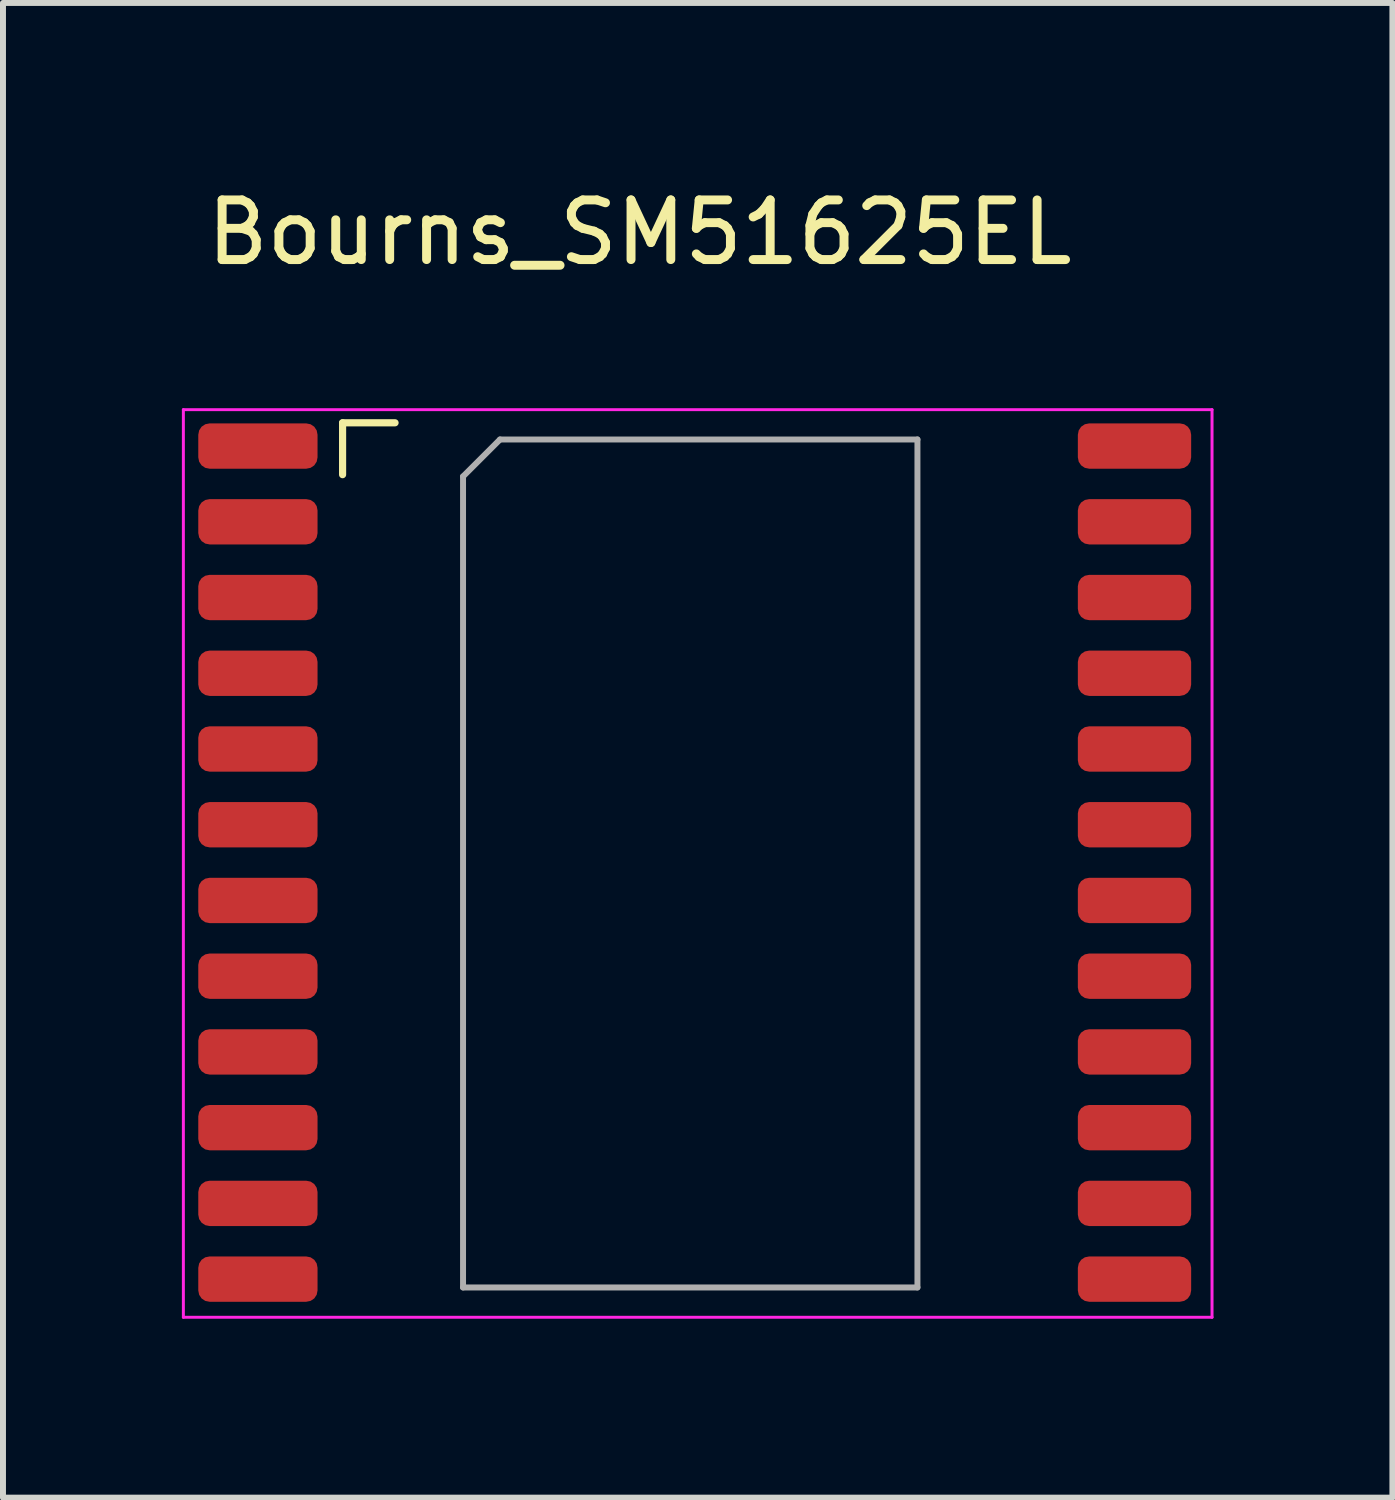
<source format=kicad_pcb>
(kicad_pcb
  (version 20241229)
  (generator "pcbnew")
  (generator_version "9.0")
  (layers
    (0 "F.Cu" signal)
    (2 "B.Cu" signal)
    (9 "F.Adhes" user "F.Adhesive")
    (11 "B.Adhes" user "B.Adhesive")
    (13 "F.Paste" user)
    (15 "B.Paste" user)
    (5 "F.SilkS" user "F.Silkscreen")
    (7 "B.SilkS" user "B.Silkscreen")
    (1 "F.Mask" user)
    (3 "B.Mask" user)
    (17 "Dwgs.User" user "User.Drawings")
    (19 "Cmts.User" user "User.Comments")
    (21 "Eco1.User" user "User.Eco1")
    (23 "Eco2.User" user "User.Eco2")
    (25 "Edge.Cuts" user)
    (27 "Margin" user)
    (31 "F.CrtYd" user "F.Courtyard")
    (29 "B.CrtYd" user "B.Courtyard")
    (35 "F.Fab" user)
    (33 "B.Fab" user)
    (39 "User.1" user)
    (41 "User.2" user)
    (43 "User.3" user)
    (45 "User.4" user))
  (footprint "Bourns_SM51625EL"
    (layer "F.Cu")
    (at 8.525 11.43)
    (property "Reference" "Bourns_SM51625EL" (at -0.85 -10.582 0) (layer "F.SilkS") (effects (font (size 1 1) (thickness 0.15))))
    (attr smd)
    (fp_line (start -5.83 -7.39) (end -5.83 -6.52) (stroke (width 0.12) (type solid)) (layer "F.SilkS"))
    (fp_line (start -4.95 -7.39) (end -5.83 -7.39) (stroke (width 0.12) (type solid)) (layer "F.SilkS"))
    (fp_line (start -8.5 7.61) (end -8.5 -7.61) (stroke (width 0.05) (type solid)) (layer "F.CrtYd"))
    (fp_line (start -8.5 7.61) (end 8.75 7.61) (stroke (width 0.05) (type solid)) (layer "F.CrtYd"))
    (fp_line (start 8.75 -7.61) (end -8.5 -7.61) (stroke (width 0.05) (type solid)) (layer "F.CrtYd"))
    (fp_line (start 8.75 7.61) (end 8.75 -7.61) (stroke (width 0.05) (type solid)) (layer "F.CrtYd"))
    (fp_line (start -3.81 7.11) (end -3.81 -6.49) (stroke (width 0.1) (type solid)) (layer "F.Fab"))
    (fp_line (start -3.81 7.11) (end 3.81 7.11) (stroke (width 0.1) (type solid)) (layer "F.Fab"))
    (fp_line (start -3.19 -7.11) (end -3.81 -6.49) (stroke (width 0.1) (type solid)) (layer "F.Fab"))
    (fp_line (start -3.19 -7.11) (end 3.81 -7.11) (stroke (width 0.1) (type solid)) (layer "F.Fab"))
    (fp_line (start 3.81 7.11) (end 3.81 -7.11) (stroke (width 0.1) (type solid)) (layer "F.Fab"))
    (pad "1" smd roundrect (at -7.25 -7 90) (size 0.76 2) (layers "F.Cu" "F.Mask" "F.Paste") (roundrect_rratio 0.25))
    (pad "2" smd roundrect (at -7.25 -5.73 90) (size 0.76 2) (layers "F.Cu" "F.Mask" "F.Paste") (roundrect_rratio 0.25))
    (pad "3" smd roundrect (at -7.25 -4.46 90) (size 0.76 2) (layers "F.Cu" "F.Mask" "F.Paste") (roundrect_rratio 0.25))
    (pad "4" smd roundrect (at -7.25 -3.19 90) (size 0.76 2) (layers "F.Cu" "F.Mask" "F.Paste") (roundrect_rratio 0.25))
    (pad "5" smd roundrect (at -7.25 -1.92 90) (size 0.76 2) (layers "F.Cu" "F.Mask" "F.Paste") (roundrect_rratio 0.25))
    (pad "6" smd roundrect (at -7.25 -0.65 90) (size 0.76 2) (layers "F.Cu" "F.Mask" "F.Paste") (roundrect_rratio 0.25))
    (pad "7" smd roundrect (at -7.25 0.62 90) (size 0.76 2) (layers "F.Cu" "F.Mask" "F.Paste") (roundrect_rratio 0.25))
    (pad "8" smd roundrect (at -7.25 1.89 90) (size 0.76 2) (layers "F.Cu" "F.Mask" "F.Paste") (roundrect_rratio 0.25))
    (pad "9" smd roundrect (at -7.25 3.16 90) (size 0.76 2) (layers "F.Cu" "F.Mask" "F.Paste") (roundrect_rratio 0.25))
    (pad "10" smd roundrect (at -7.25 4.43 90) (size 0.76 2) (layers "F.Cu" "F.Mask" "F.Paste") (roundrect_rratio 0.25))
    (pad "11" smd roundrect (at -7.25 5.7 90) (size 0.76 2) (layers "F.Cu" "F.Mask" "F.Paste") (roundrect_rratio 0.25))
    (pad "12" smd roundrect (at -7.25 6.97 90) (size 0.76 2) (layers "F.Cu" "F.Mask" "F.Paste") (roundrect_rratio 0.25))
    (pad "13" smd roundrect (at 7.45 6.97 90) (size 0.76 1.9) (layers "F.Cu" "F.Mask" "F.Paste") (roundrect_rratio 0.25))
    (pad "14" smd roundrect (at 7.45 5.7 90) (size 0.76 1.9) (layers "F.Cu" "F.Mask" "F.Paste") (roundrect_rratio 0.25))
    (pad "15" smd roundrect (at 7.45 4.43 90) (size 0.76 1.9) (layers "F.Cu" "F.Mask" "F.Paste") (roundrect_rratio 0.25))
    (pad "16" smd roundrect (at 7.45 3.16 90) (size 0.76 1.9) (layers "F.Cu" "F.Mask" "F.Paste") (roundrect_rratio 0.25))
    (pad "17" smd roundrect (at 7.45 1.89 90) (size 0.76 1.9) (layers "F.Cu" "F.Mask" "F.Paste") (roundrect_rratio 0.25))
    (pad "18" smd roundrect (at 7.45 0.62 90) (size 0.76 1.9) (layers "F.Cu" "F.Mask" "F.Paste") (roundrect_rratio 0.25))
    (pad "19" smd roundrect (at 7.45 -0.65 90) (size 0.76 1.9) (layers "F.Cu" "F.Mask" "F.Paste") (roundrect_rratio 0.25))
    (pad "20" smd roundrect (at 7.45 -1.92 90) (size 0.76 1.9) (layers "F.Cu" "F.Mask" "F.Paste") (roundrect_rratio 0.25))
    (pad "21" smd roundrect (at 7.45 -3.19 90) (size 0.76 1.9) (layers "F.Cu" "F.Mask" "F.Paste") (roundrect_rratio 0.25))
    (pad "22" smd roundrect (at 7.45 -4.46 90) (size 0.76 1.9) (layers "F.Cu" "F.Mask" "F.Paste") (roundrect_rratio 0.25))
    (pad "23" smd roundrect (at 7.45 -5.73 90) (size 0.76 1.9) (layers "F.Cu" "F.Mask" "F.Paste") (roundrect_rratio 0.25))
    (pad "24" smd roundrect (at 7.45 -7 90) (size 0.76 1.9) (layers "F.Cu" "F.Mask" "F.Paste") (roundrect_rratio 0.25)))
  (gr_rect
    (start -3 -3)
    (end 20.3 22.065)
    (stroke (width 0.1) (type default))
    (fill no)
    (layer "Edge.Cuts")))
</source>
